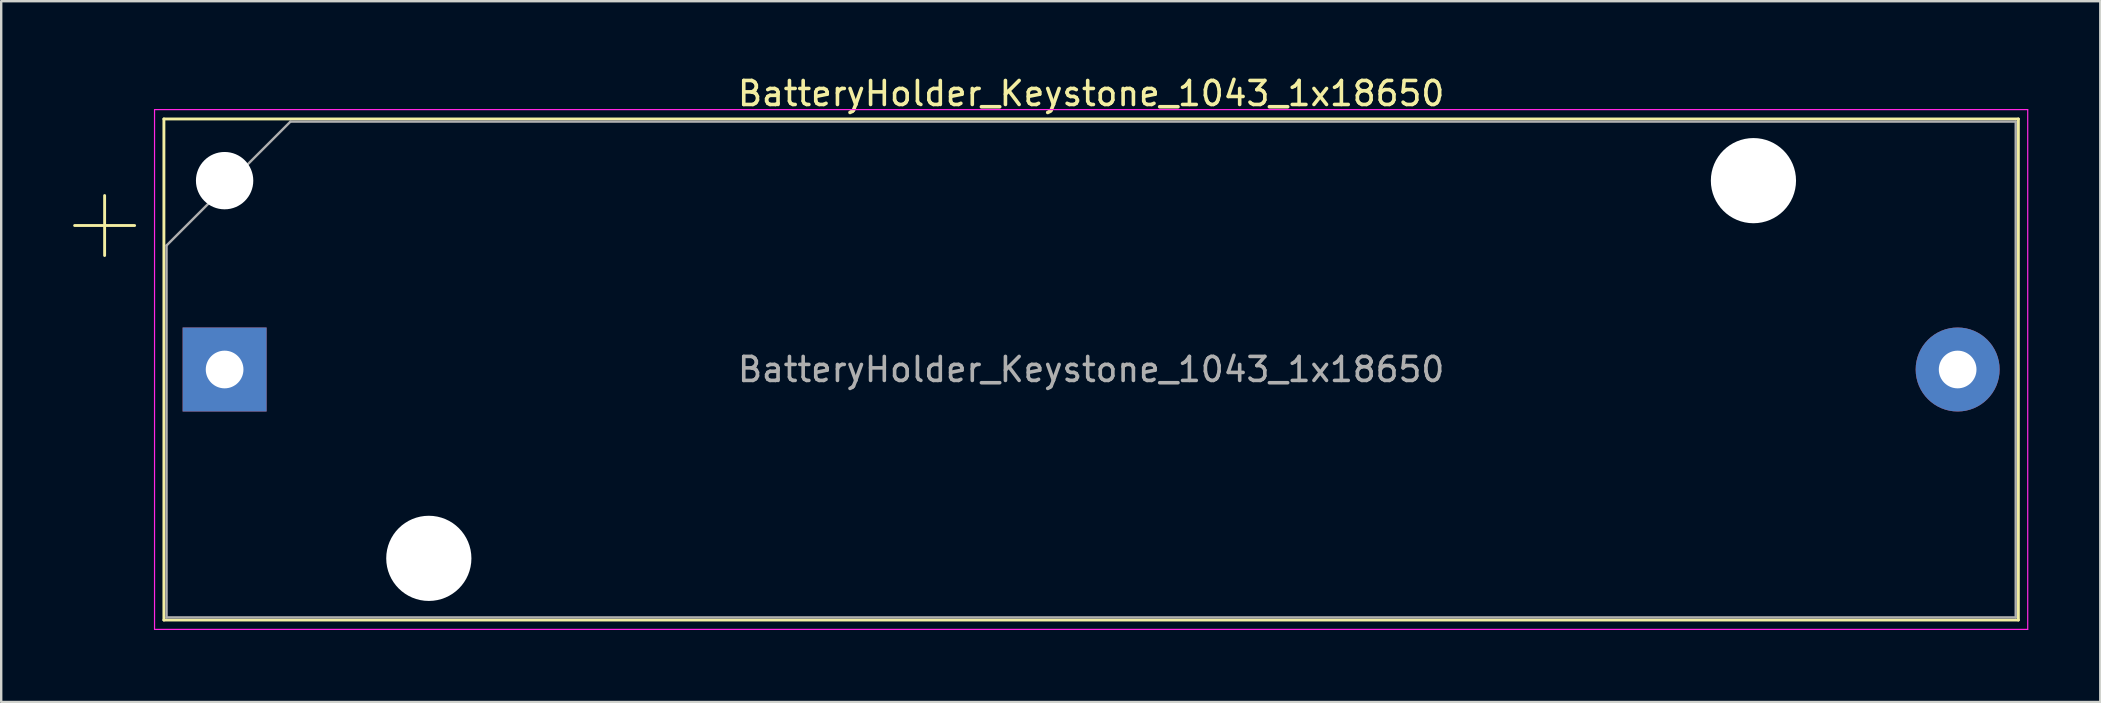
<source format=kicad_pcb>
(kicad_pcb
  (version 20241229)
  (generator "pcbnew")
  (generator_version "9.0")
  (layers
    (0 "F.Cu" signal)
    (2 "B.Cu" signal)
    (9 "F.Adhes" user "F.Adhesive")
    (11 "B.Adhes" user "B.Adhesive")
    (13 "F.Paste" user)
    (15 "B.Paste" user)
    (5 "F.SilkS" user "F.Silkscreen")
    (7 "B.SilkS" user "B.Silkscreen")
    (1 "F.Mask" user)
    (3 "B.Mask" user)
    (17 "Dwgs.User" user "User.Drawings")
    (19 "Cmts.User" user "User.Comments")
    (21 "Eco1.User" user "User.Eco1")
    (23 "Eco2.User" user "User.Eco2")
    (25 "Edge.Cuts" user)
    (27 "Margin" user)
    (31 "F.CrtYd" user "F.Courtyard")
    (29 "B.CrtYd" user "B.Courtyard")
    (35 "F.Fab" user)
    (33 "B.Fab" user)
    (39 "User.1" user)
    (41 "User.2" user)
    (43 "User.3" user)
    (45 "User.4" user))
  (footprint "BatteryHolder_Keystone_1043_1x18650"
    (layer "F.Cu")
    (at 6.31 12.348)
    (property "Reference" "BatteryHolder_Keystone_1043_1x18650" (at 36.11 -11.5 0) (layer "F.SilkS") (effects (font (size 1 1) (thickness 0.15))))
    (attr through_hole)
    (fp_line (start -6.25 -6) (end -3.75 -6) (stroke (width 0.12) (type solid)) (layer "F.SilkS"))
    (fp_line (start -5 -4.75) (end -5 -7.25) (stroke (width 0.12) (type solid)) (layer "F.SilkS"))
    (fp_line (start -2.53 10.44) (end -2.53 -10.44) (stroke (width 0.12) (type solid)) (layer "F.SilkS"))
    (fp_line (start 74.75 -10.44) (end -2.53 -10.44) (stroke (width 0.12) (type solid)) (layer "F.SilkS"))
    (fp_line (start 74.75 -10.44) (end 74.75 10.44) (stroke (width 0.12) (type solid)) (layer "F.SilkS"))
    (fp_line (start 74.75 10.44) (end -2.53 10.44) (stroke (width 0.12) (type solid)) (layer "F.SilkS"))
    (fp_line (start -2.92 -10.83) (end -2.92 10.83) (stroke (width 0.05) (type solid)) (layer "F.CrtYd"))
    (fp_line (start -2.92 -10.83) (end 75.14 -10.83) (stroke (width 0.05) (type solid)) (layer "F.CrtYd"))
    (fp_line (start -2.92 10.83) (end 75.14 10.83) (stroke (width 0.05) (type solid)) (layer "F.CrtYd"))
    (fp_line (start 75.14 10.83) (end 75.14 -10.83) (stroke (width 0.05) (type solid)) (layer "F.CrtYd"))
    (fp_line (start -2.42 -5.168) (end -2.42 10.33) (stroke (width 0.1) (type solid)) (layer "F.Fab"))
    (fp_line (start -2.42 10.33) (end 74.64 10.33) (stroke (width 0.1) (type solid)) (layer "F.Fab"))
    (fp_line (start 2.743 -10.33) (end -2.42 -5.168) (stroke (width 0.1) (type solid)) (layer "F.Fab"))
    (fp_line (start 2.743 -10.33) (end 74.64 -10.33) (stroke (width 0.1) (type solid)) (layer "F.Fab"))
    (fp_line (start 74.64 -10.33) (end 74.64 10.33) (stroke (width 0.1) (type solid)) (layer "F.Fab"))
    (fp_text user "${REFERENCE}" (at 36.11 0 0) (layer "F.Fab") (effects (font (size 1 1) (thickness 0.15))))
    (pad "" np_thru_hole circle (at 0 -7.87) (size 2.39 2.39) (drill 2.39) (layers "*.Cu" "*.Mask"))
    (pad "" np_thru_hole circle (at 8.51 7.87) (size 3.55 3.55) (drill 3.55) (layers "*.Cu" "*.Mask"))
    (pad "" np_thru_hole circle (at 63.71 -7.87) (size 3.55 3.55) (drill 3.55) (layers "*.Cu" "*.Mask"))
    (pad "1" thru_hole rect (at 0 0) (size 3.5 3.5) (drill 1.57) (layers "*.Cu" "*.Mask"))
    (pad "2" thru_hole circle (at 72.22 0) (size 3.5 3.5) (drill 1.57) (layers "*.Cu" "*.Mask")))
  (gr_rect
    (start -3 -3)
    (end 84.475 26.203)
    (stroke (width 0.1) (type default))
    (fill no)
    (layer "Edge.Cuts")))
</source>
